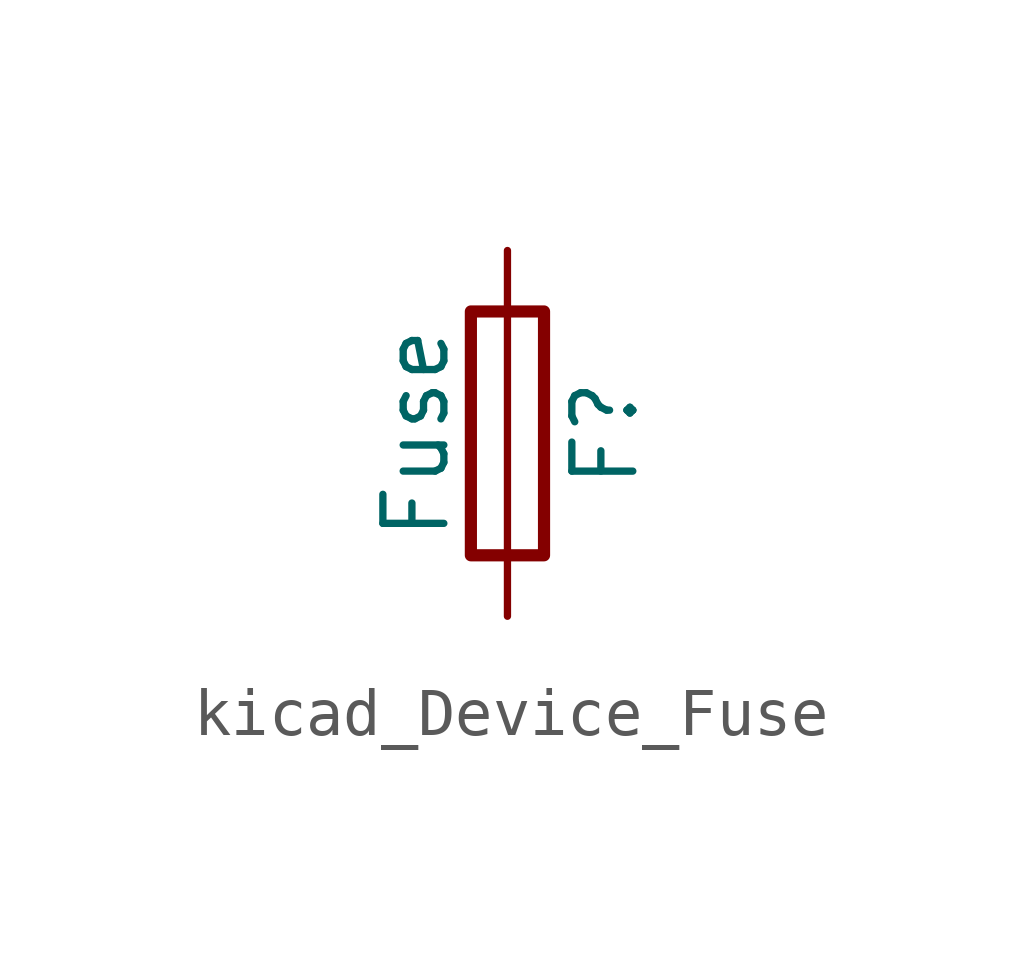
<source format=kicad_sym>
(kicad_symbol_lib
  (version 20220914)
  (generator kicad_symbol_editor)
  (symbol "kicad_Device_Fuse"
    (pin_numbers hide)
    (pin_names
      (offset 0))
    (property "Reference" "F"
      (at 2.032 0 90)
      (effects (font (size 1.27 1.27))))
    (property "Value" "Fuse"
      (at -1.905 0 90)
      (effects (font (size 1.27 1.27))))
    (symbol "kicad_Device_Fuse_0_1"
      (rectangle (start -0.762 -2.54) (end 0.762 2.54) (stroke (width 0.254) (type default)) (fill (type none)))
      (polyline (pts (xy 0 2.54) (xy 0 -2.54)) (stroke (width 0) (type default)) (fill (type none))))
    (symbol "kicad_Device_Fuse_1_1"
      (pin passive line (at 0 3.81 270) (length 1.27) (name "~" (effects (font (size 1.27 1.27)))) (number "1" (effects (font (size 1.27 1.27)))))
      (pin passive line (at 0 -3.81 90) (length 1.27) (name "~" (effects (font (size 1.27 1.27)))) (number "2" (effects (font (size 1.27 1.27))))))))
</source>
